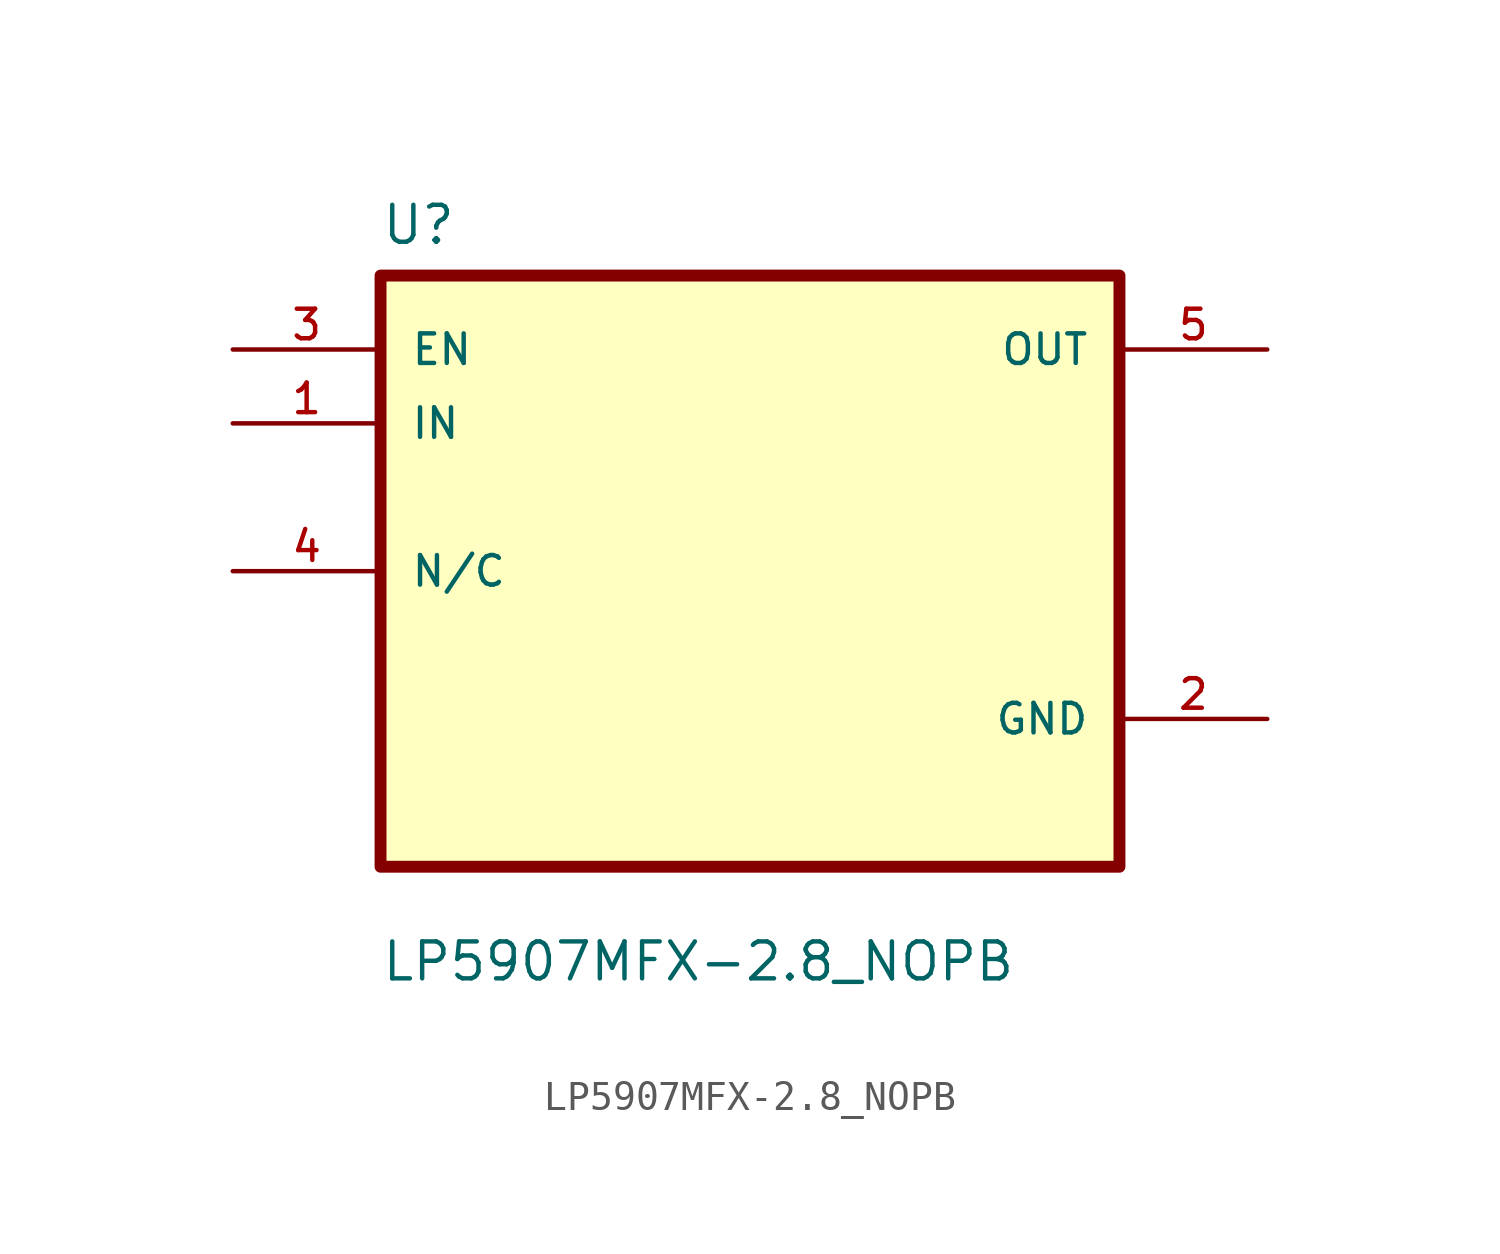
<source format=kicad_sym>
(kicad_symbol_lib
  (version 20211014)
  (generator kicad_symbol_editor)
  (symbol "LP5907MFX-2.8_NOPB"
    (pin_names
      (offset 1.016))
    (property "Reference" "U"
      (at -12.7 11.16 0.0)
      (effects (font (size 1.27 1.27)) (justify bottom left)))
    (property "Value" "LP5907MFX-2.8_NOPB"
      (at -12.7 -14.16 0.0)
      (effects (font (size 1.27 1.27)) (justify bottom left)))
    (symbol "LP5907MFX-2.8_NOPB_0_0"
      (rectangle (start -12.7 -10.16) (end 12.7 10.16) (stroke (width 0.41)) (fill (type background)))
      (pin input line (at -17.78 7.62 0) (length 5.08) (name "EN" (effects (font (size 1.016 1.016)))) (number "3" (effects (font (size 1.016 1.016)))))
      (pin input line (at -17.78 5.08 0) (length 5.08) (name "IN" (effects (font (size 1.016 1.016)))) (number "1" (effects (font (size 1.016 1.016)))))
      (pin bidirectional line (at -17.78 0.0 0) (length 5.08) (name "N/C" (effects (font (size 1.016 1.016)))) (number "4" (effects (font (size 1.016 1.016)))))
      (pin output line (at 17.78 7.62 180.0) (length 5.08) (name "OUT" (effects (font (size 1.016 1.016)))) (number "5" (effects (font (size 1.016 1.016)))))
      (pin power_in line (at 17.78 -5.08 180.0) (length 5.08) (name "GND" (effects (font (size 1.016 1.016)))) (number "2" (effects (font (size 1.016 1.016))))))))
</source>
